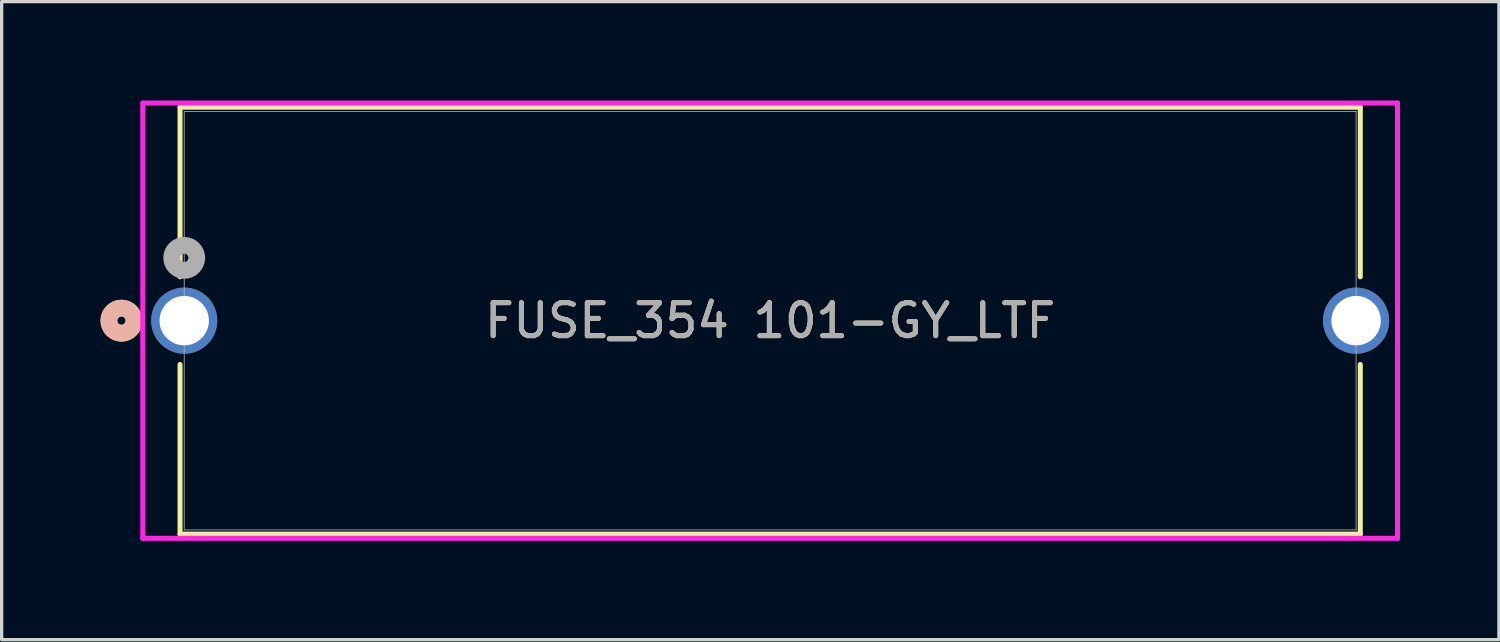
<source format=kicad_pcb>
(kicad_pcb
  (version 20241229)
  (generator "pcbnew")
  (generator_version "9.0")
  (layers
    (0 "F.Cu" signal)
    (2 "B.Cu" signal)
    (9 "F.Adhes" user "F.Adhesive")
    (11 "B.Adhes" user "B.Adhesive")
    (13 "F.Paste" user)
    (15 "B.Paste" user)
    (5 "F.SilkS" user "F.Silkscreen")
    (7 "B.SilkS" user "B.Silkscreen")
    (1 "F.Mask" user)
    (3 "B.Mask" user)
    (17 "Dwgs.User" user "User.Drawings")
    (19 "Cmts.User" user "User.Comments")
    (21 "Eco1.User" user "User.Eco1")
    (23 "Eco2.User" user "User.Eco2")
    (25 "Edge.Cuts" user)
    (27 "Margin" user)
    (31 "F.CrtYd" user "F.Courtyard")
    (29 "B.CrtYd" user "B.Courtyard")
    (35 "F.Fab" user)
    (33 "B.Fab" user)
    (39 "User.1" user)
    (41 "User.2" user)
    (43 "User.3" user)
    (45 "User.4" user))
  (footprint "FUSE_354 101-GY_LTF"
    (layer "F.Cu")
    (at 2.54 6.68)
    (property "Reference" "FUSE_354 101-GY_LTF" (at 17.78 0 0) (unlocked yes) (layer "F.SilkS") (effects (font (size 1 1) (thickness 0.15))))
    (attr through_hole)
    (fp_line (start -0.127 -6.477) (end -0.127 -1.33) (stroke (width 0.152) (type solid)) (layer "F.SilkS"))
    (fp_line (start -0.127 1.33) (end -0.127 6.477) (stroke (width 0.152) (type solid)) (layer "F.SilkS"))
    (fp_line (start -0.127 6.477) (end 35.687 6.477) (stroke (width 0.152) (type solid)) (layer "F.SilkS"))
    (fp_line (start 35.687 -6.477) (end -0.127 -6.477) (stroke (width 0.152) (type solid)) (layer "F.SilkS"))
    (fp_line (start 35.687 -1.33) (end 35.687 -6.477) (stroke (width 0.152) (type solid)) (layer "F.SilkS"))
    (fp_line (start 35.687 6.477) (end 35.687 1.33) (stroke (width 0.152) (type solid)) (layer "F.SilkS"))
    (fp_circle (center -1.905 0) (end -1.524 0) (stroke (width 0.508) (type solid)) (fill no) (layer "F.SilkS"))
    (fp_circle (center -1.905 0) (end -1.524 0) (stroke (width 0.508) (type solid)) (fill no) (layer "B.SilkS"))
    (fp_line (start -1.257 -6.604) (end -1.257 6.604) (stroke (width 0.152) (type solid)) (layer "F.CrtYd"))
    (fp_line (start -1.257 6.604) (end 36.817 6.604) (stroke (width 0.152) (type solid)) (layer "F.CrtYd"))
    (fp_line (start 36.817 -6.604) (end -1.257 -6.604) (stroke (width 0.152) (type solid)) (layer "F.CrtYd"))
    (fp_line (start 36.817 6.604) (end 36.817 -6.604) (stroke (width 0.152) (type solid)) (layer "F.CrtYd"))
    (fp_line (start 0 -6.35) (end 0 6.35) (stroke (width 0.025) (type solid)) (layer "F.Fab"))
    (fp_line (start 0 6.35) (end 35.56 6.35) (stroke (width 0.025) (type solid)) (layer "F.Fab"))
    (fp_line (start 35.56 -6.35) (end 0 -6.35) (stroke (width 0.025) (type solid)) (layer "F.Fab"))
    (fp_line (start 35.56 6.35) (end 35.56 -6.35) (stroke (width 0.025) (type solid)) (layer "F.Fab"))
    (fp_circle (center 0 -1.905) (end 0.381 -1.905) (stroke (width 0.508) (type solid)) (fill no) (layer "F.Fab"))
    (fp_text user "${REFERENCE}" (at 17.78 0 0) (unlocked yes) (layer "F.Fab") (effects (font (size 1 1) (thickness 0.15))))
    (pad "1" thru_hole circle (at 0 0) (size 2.007 2.007) (drill 1.499) (layers "*.Cu" "*.Mask"))
    (pad "2" thru_hole circle (at 35.56 0) (size 2.007 2.007) (drill 1.499) (layers "*.Cu" "*.Mask")))
  (gr_rect
    (start -3 -3)
    (end 42.434 16.36)
    (stroke (width 0.1) (type default))
    (fill no)
    (layer "Edge.Cuts")))
</source>
